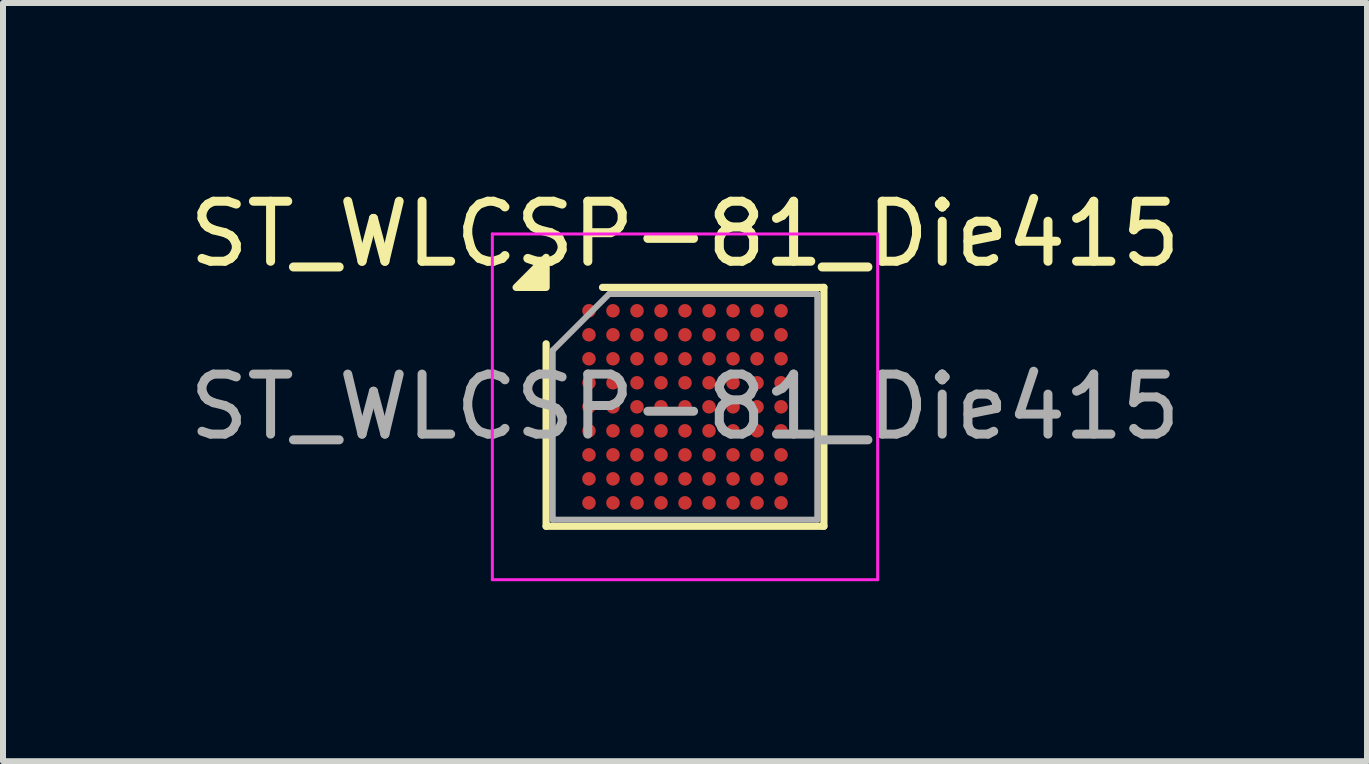
<source format=kicad_pcb>
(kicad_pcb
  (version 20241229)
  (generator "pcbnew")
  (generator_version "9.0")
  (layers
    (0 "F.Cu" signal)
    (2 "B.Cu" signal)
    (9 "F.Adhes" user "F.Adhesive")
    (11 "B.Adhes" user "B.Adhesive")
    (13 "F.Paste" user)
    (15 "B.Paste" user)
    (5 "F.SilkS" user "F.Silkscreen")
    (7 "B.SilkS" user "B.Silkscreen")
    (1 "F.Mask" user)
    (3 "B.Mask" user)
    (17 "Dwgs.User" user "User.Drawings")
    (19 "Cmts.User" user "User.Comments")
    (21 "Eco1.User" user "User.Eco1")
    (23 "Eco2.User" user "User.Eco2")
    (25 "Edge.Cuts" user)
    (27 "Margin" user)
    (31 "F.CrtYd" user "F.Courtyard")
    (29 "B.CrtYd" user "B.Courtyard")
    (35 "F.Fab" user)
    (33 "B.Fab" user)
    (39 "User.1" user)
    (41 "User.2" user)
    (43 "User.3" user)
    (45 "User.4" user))
  (footprint "ST_WLCSP-81_Die415"
    (layer "F.Cu")
    (at 8.363 3.728)
    (property "Reference" "ST_WLCSP-81_Die415" (at 0 -2.88 0) (layer "F.SilkS") (effects (font (size 1 1) (thickness 0.15))))
    (attr smd)
    (fp_line (start -2.314 1.99) (end -2.314 -1.05) (stroke (width 0.12) (type solid)) (layer "F.SilkS"))
    (fp_line (start -1.374 -1.99) (end 2.314 -1.99) (stroke (width 0.12) (type solid)) (layer "F.SilkS"))
    (fp_line (start 2.314 -1.99) (end 2.314 1.99) (stroke (width 0.12) (type solid)) (layer "F.SilkS"))
    (fp_line (start 2.314 1.99) (end -2.314 1.99) (stroke (width 0.12) (type solid)) (layer "F.SilkS"))
    (fp_poly (pts (xy -2.314 -1.99) (xy -2.814 -1.99) (xy -2.314 -2.49) (xy -2.314 -1.99)) (stroke (width 0.12) (type solid)) (fill yes) (layer "F.SilkS"))
    (fp_line (start -3.21 -2.88) (end -3.21 2.88) (stroke (width 0.05) (type solid)) (layer "F.CrtYd"))
    (fp_line (start -3.21 2.88) (end 3.21 2.88) (stroke (width 0.05) (type solid)) (layer "F.CrtYd"))
    (fp_line (start 3.21 -2.88) (end -3.21 -2.88) (stroke (width 0.05) (type solid)) (layer "F.CrtYd"))
    (fp_line (start 3.21 2.88) (end 3.21 -2.88) (stroke (width 0.05) (type solid)) (layer "F.CrtYd"))
    (fp_line (start -2.204 -0.94) (end -1.264 -1.88) (stroke (width 0.1) (type solid)) (layer "F.Fab"))
    (fp_line (start -2.204 1.88) (end -2.204 -0.94) (stroke (width 0.1) (type solid)) (layer "F.Fab"))
    (fp_line (start -1.264 -1.88) (end 2.204 -1.88) (stroke (width 0.1) (type solid)) (layer "F.Fab"))
    (fp_line (start 2.204 -1.88) (end 2.204 1.88) (stroke (width 0.1) (type solid)) (layer "F.Fab"))
    (fp_line (start 2.204 1.88) (end -2.204 1.88) (stroke (width 0.1) (type solid)) (layer "F.Fab"))
    (fp_text user "${REFERENCE}" (at 0 0 0) (layer "F.Fab") (effects (font (size 1 1) (thickness 0.15))))
    (pad "A1" smd circle (at -1.6 -1.6) (size 0.225 0.225) (property pad_prop_bga) (layers "F.Cu" "F.Mask" "F.Paste"))
    (pad "A2" smd circle (at -1.2 -1.6) (size 0.225 0.225) (property pad_prop_bga) (layers "F.Cu" "F.Mask" "F.Paste"))
    (pad "A3" smd circle (at -0.8 -1.6) (size 0.225 0.225) (property pad_prop_bga) (layers "F.Cu" "F.Mask" "F.Paste"))
    (pad "A4" smd circle (at -0.4 -1.6) (size 0.225 0.225) (property pad_prop_bga) (layers "F.Cu" "F.Mask" "F.Paste"))
    (pad "A5" smd circle (at 0 -1.6) (size 0.225 0.225) (property pad_prop_bga) (layers "F.Cu" "F.Mask" "F.Paste"))
    (pad "A6" smd circle (at 0.4 -1.6) (size 0.225 0.225) (property pad_prop_bga) (layers "F.Cu" "F.Mask" "F.Paste"))
    (pad "A7" smd circle (at 0.8 -1.6) (size 0.225 0.225) (property pad_prop_bga) (layers "F.Cu" "F.Mask" "F.Paste"))
    (pad "A8" smd circle (at 1.2 -1.6) (size 0.225 0.225) (property pad_prop_bga) (layers "F.Cu" "F.Mask" "F.Paste"))
    (pad "A9" smd circle (at 1.6 -1.6) (size 0.225 0.225) (property pad_prop_bga) (layers "F.Cu" "F.Mask" "F.Paste"))
    (pad "B1" smd circle (at -1.6 -1.2) (size 0.225 0.225) (property pad_prop_bga) (layers "F.Cu" "F.Mask" "F.Paste"))
    (pad "B2" smd circle (at -1.2 -1.2) (size 0.225 0.225) (property pad_prop_bga) (layers "F.Cu" "F.Mask" "F.Paste"))
    (pad "B3" smd circle (at -0.8 -1.2) (size 0.225 0.225) (property pad_prop_bga) (layers "F.Cu" "F.Mask" "F.Paste"))
    (pad "B4" smd circle (at -0.4 -1.2) (size 0.225 0.225) (property pad_prop_bga) (layers "F.Cu" "F.Mask" "F.Paste"))
    (pad "B5" smd circle (at 0 -1.2) (size 0.225 0.225) (property pad_prop_bga) (layers "F.Cu" "F.Mask" "F.Paste"))
    (pad "B6" smd circle (at 0.4 -1.2) (size 0.225 0.225) (property pad_prop_bga) (layers "F.Cu" "F.Mask" "F.Paste"))
    (pad "B7" smd circle (at 0.8 -1.2) (size 0.225 0.225) (property pad_prop_bga) (layers "F.Cu" "F.Mask" "F.Paste"))
    (pad "B8" smd circle (at 1.2 -1.2) (size 0.225 0.225) (property pad_prop_bga) (layers "F.Cu" "F.Mask" "F.Paste"))
    (pad "B9" smd circle (at 1.6 -1.2) (size 0.225 0.225) (property pad_prop_bga) (layers "F.Cu" "F.Mask" "F.Paste"))
    (pad "C1" smd circle (at -1.6 -0.8) (size 0.225 0.225) (property pad_prop_bga) (layers "F.Cu" "F.Mask" "F.Paste"))
    (pad "C2" smd circle (at -1.2 -0.8) (size 0.225 0.225) (property pad_prop_bga) (layers "F.Cu" "F.Mask" "F.Paste"))
    (pad "C3" smd circle (at -0.8 -0.8) (size 0.225 0.225) (property pad_prop_bga) (layers "F.Cu" "F.Mask" "F.Paste"))
    (pad "C4" smd circle (at -0.4 -0.8) (size 0.225 0.225) (property pad_prop_bga) (layers "F.Cu" "F.Mask" "F.Paste"))
    (pad "C5" smd circle (at 0 -0.8) (size 0.225 0.225) (property pad_prop_bga) (layers "F.Cu" "F.Mask" "F.Paste"))
    (pad "C6" smd circle (at 0.4 -0.8) (size 0.225 0.225) (property pad_prop_bga) (layers "F.Cu" "F.Mask" "F.Paste"))
    (pad "C7" smd circle (at 0.8 -0.8) (size 0.225 0.225) (property pad_prop_bga) (layers "F.Cu" "F.Mask" "F.Paste"))
    (pad "C8" smd circle (at 1.2 -0.8) (size 0.225 0.225) (property pad_prop_bga) (layers "F.Cu" "F.Mask" "F.Paste"))
    (pad "C9" smd circle (at 1.6 -0.8) (size 0.225 0.225) (property pad_prop_bga) (layers "F.Cu" "F.Mask" "F.Paste"))
    (pad "D1" smd circle (at -1.6 -0.4) (size 0.225 0.225) (property pad_prop_bga) (layers "F.Cu" "F.Mask" "F.Paste"))
    (pad "D2" smd circle (at -1.2 -0.4) (size 0.225 0.225) (property pad_prop_bga) (layers "F.Cu" "F.Mask" "F.Paste"))
    (pad "D3" smd circle (at -0.8 -0.4) (size 0.225 0.225) (property pad_prop_bga) (layers "F.Cu" "F.Mask" "F.Paste"))
    (pad "D4" smd circle (at -0.4 -0.4) (size 0.225 0.225) (property pad_prop_bga) (layers "F.Cu" "F.Mask" "F.Paste"))
    (pad "D5" smd circle (at 0 -0.4) (size 0.225 0.225) (property pad_prop_bga) (layers "F.Cu" "F.Mask" "F.Paste"))
    (pad "D6" smd circle (at 0.4 -0.4) (size 0.225 0.225) (property pad_prop_bga) (layers "F.Cu" "F.Mask" "F.Paste"))
    (pad "D7" smd circle (at 0.8 -0.4) (size 0.225 0.225) (property pad_prop_bga) (layers "F.Cu" "F.Mask" "F.Paste"))
    (pad "D8" smd circle (at 1.2 -0.4) (size 0.225 0.225) (property pad_prop_bga) (layers "F.Cu" "F.Mask" "F.Paste"))
    (pad "D9" smd circle (at 1.6 -0.4) (size 0.225 0.225) (property pad_prop_bga) (layers "F.Cu" "F.Mask" "F.Paste"))
    (pad "E1" smd circle (at -1.6 0) (size 0.225 0.225) (property pad_prop_bga) (layers "F.Cu" "F.Mask" "F.Paste"))
    (pad "E2" smd circle (at -1.2 0) (size 0.225 0.225) (property pad_prop_bga) (layers "F.Cu" "F.Mask" "F.Paste"))
    (pad "E3" smd circle (at -0.8 0) (size 0.225 0.225) (property pad_prop_bga) (layers "F.Cu" "F.Mask" "F.Paste"))
    (pad "E4" smd circle (at -0.4 0) (size 0.225 0.225) (property pad_prop_bga) (layers "F.Cu" "F.Mask" "F.Paste"))
    (pad "E5" smd circle (at 0 0) (size 0.225 0.225) (property pad_prop_bga) (layers "F.Cu" "F.Mask" "F.Paste"))
    (pad "E6" smd circle (at 0.4 0) (size 0.225 0.225) (property pad_prop_bga) (layers "F.Cu" "F.Mask" "F.Paste"))
    (pad "E7" smd circle (at 0.8 0) (size 0.225 0.225) (property pad_prop_bga) (layers "F.Cu" "F.Mask" "F.Paste"))
    (pad "E8" smd circle (at 1.2 0) (size 0.225 0.225) (property pad_prop_bga) (layers "F.Cu" "F.Mask" "F.Paste"))
    (pad "E9" smd circle (at 1.6 0) (size 0.225 0.225) (property pad_prop_bga) (layers "F.Cu" "F.Mask" "F.Paste"))
    (pad "F1" smd circle (at -1.6 0.4) (size 0.225 0.225) (property pad_prop_bga) (layers "F.Cu" "F.Mask" "F.Paste"))
    (pad "F2" smd circle (at -1.2 0.4) (size 0.225 0.225) (property pad_prop_bga) (layers "F.Cu" "F.Mask" "F.Paste"))
    (pad "F3" smd circle (at -0.8 0.4) (size 0.225 0.225) (property pad_prop_bga) (layers "F.Cu" "F.Mask" "F.Paste"))
    (pad "F4" smd circle (at -0.4 0.4) (size 0.225 0.225) (property pad_prop_bga) (layers "F.Cu" "F.Mask" "F.Paste"))
    (pad "F5" smd circle (at 0 0.4) (size 0.225 0.225) (property pad_prop_bga) (layers "F.Cu" "F.Mask" "F.Paste"))
    (pad "F6" smd circle (at 0.4 0.4) (size 0.225 0.225) (property pad_prop_bga) (layers "F.Cu" "F.Mask" "F.Paste"))
    (pad "F7" smd circle (at 0.8 0.4) (size 0.225 0.225) (property pad_prop_bga) (layers "F.Cu" "F.Mask" "F.Paste"))
    (pad "F8" smd circle (at 1.2 0.4) (size 0.225 0.225) (property pad_prop_bga) (layers "F.Cu" "F.Mask" "F.Paste"))
    (pad "F9" smd circle (at 1.6 0.4) (size 0.225 0.225) (property pad_prop_bga) (layers "F.Cu" "F.Mask" "F.Paste"))
    (pad "G1" smd circle (at -1.6 0.8) (size 0.225 0.225) (property pad_prop_bga) (layers "F.Cu" "F.Mask" "F.Paste"))
    (pad "G2" smd circle (at -1.2 0.8) (size 0.225 0.225) (property pad_prop_bga) (layers "F.Cu" "F.Mask" "F.Paste"))
    (pad "G3" smd circle (at -0.8 0.8) (size 0.225 0.225) (property pad_prop_bga) (layers "F.Cu" "F.Mask" "F.Paste"))
    (pad "G4" smd circle (at -0.4 0.8) (size 0.225 0.225) (property pad_prop_bga) (layers "F.Cu" "F.Mask" "F.Paste"))
    (pad "G5" smd circle (at 0 0.8) (size 0.225 0.225) (property pad_prop_bga) (layers "F.Cu" "F.Mask" "F.Paste"))
    (pad "G6" smd circle (at 0.4 0.8) (size 0.225 0.225) (property pad_prop_bga) (layers "F.Cu" "F.Mask" "F.Paste"))
    (pad "G7" smd circle (at 0.8 0.8) (size 0.225 0.225) (property pad_prop_bga) (layers "F.Cu" "F.Mask" "F.Paste"))
    (pad "G8" smd circle (at 1.2 0.8) (size 0.225 0.225) (property pad_prop_bga) (layers "F.Cu" "F.Mask" "F.Paste"))
    (pad "G9" smd circle (at 1.6 0.8) (size 0.225 0.225) (property pad_prop_bga) (layers "F.Cu" "F.Mask" "F.Paste"))
    (pad "H1" smd circle (at -1.6 1.2) (size 0.225 0.225) (property pad_prop_bga) (layers "F.Cu" "F.Mask" "F.Paste"))
    (pad "H2" smd circle (at -1.2 1.2) (size 0.225 0.225) (property pad_prop_bga) (layers "F.Cu" "F.Mask" "F.Paste"))
    (pad "H3" smd circle (at -0.8 1.2) (size 0.225 0.225) (property pad_prop_bga) (layers "F.Cu" "F.Mask" "F.Paste"))
    (pad "H4" smd circle (at -0.4 1.2) (size 0.225 0.225) (property pad_prop_bga) (layers "F.Cu" "F.Mask" "F.Paste"))
    (pad "H5" smd circle (at 0 1.2) (size 0.225 0.225) (property pad_prop_bga) (layers "F.Cu" "F.Mask" "F.Paste"))
    (pad "H6" smd circle (at 0.4 1.2) (size 0.225 0.225) (property pad_prop_bga) (layers "F.Cu" "F.Mask" "F.Paste"))
    (pad "H7" smd circle (at 0.8 1.2) (size 0.225 0.225) (property pad_prop_bga) (layers "F.Cu" "F.Mask" "F.Paste"))
    (pad "H8" smd circle (at 1.2 1.2) (size 0.225 0.225) (property pad_prop_bga) (layers "F.Cu" "F.Mask" "F.Paste"))
    (pad "H9" smd circle (at 1.6 1.2) (size 0.225 0.225) (property pad_prop_bga) (layers "F.Cu" "F.Mask" "F.Paste"))
    (pad "J1" smd circle (at -1.6 1.6) (size 0.225 0.225) (property pad_prop_bga) (layers "F.Cu" "F.Mask" "F.Paste"))
    (pad "J2" smd circle (at -1.2 1.6) (size 0.225 0.225) (property pad_prop_bga) (layers "F.Cu" "F.Mask" "F.Paste"))
    (pad "J3" smd circle (at -0.8 1.6) (size 0.225 0.225) (property pad_prop_bga) (layers "F.Cu" "F.Mask" "F.Paste"))
    (pad "J4" smd circle (at -0.4 1.6) (size 0.225 0.225) (property pad_prop_bga) (layers "F.Cu" "F.Mask" "F.Paste"))
    (pad "J5" smd circle (at 0 1.6) (size 0.225 0.225) (property pad_prop_bga) (layers "F.Cu" "F.Mask" "F.Paste"))
    (pad "J6" smd circle (at 0.4 1.6) (size 0.225 0.225) (property pad_prop_bga) (layers "F.Cu" "F.Mask" "F.Paste"))
    (pad "J7" smd circle (at 0.8 1.6) (size 0.225 0.225) (property pad_prop_bga) (layers "F.Cu" "F.Mask" "F.Paste"))
    (pad "J8" smd circle (at 1.2 1.6) (size 0.225 0.225) (property pad_prop_bga) (layers "F.Cu" "F.Mask" "F.Paste"))
    (pad "J9" smd circle (at 1.6 1.6) (size 0.225 0.225) (property pad_prop_bga) (layers "F.Cu" "F.Mask" "F.Paste")))
  (gr_rect
    (start -3 -3)
    (end 19.726 9.633)
    (stroke (width 0.1) (type default))
    (fill no)
    (layer "Edge.Cuts")))
</source>
